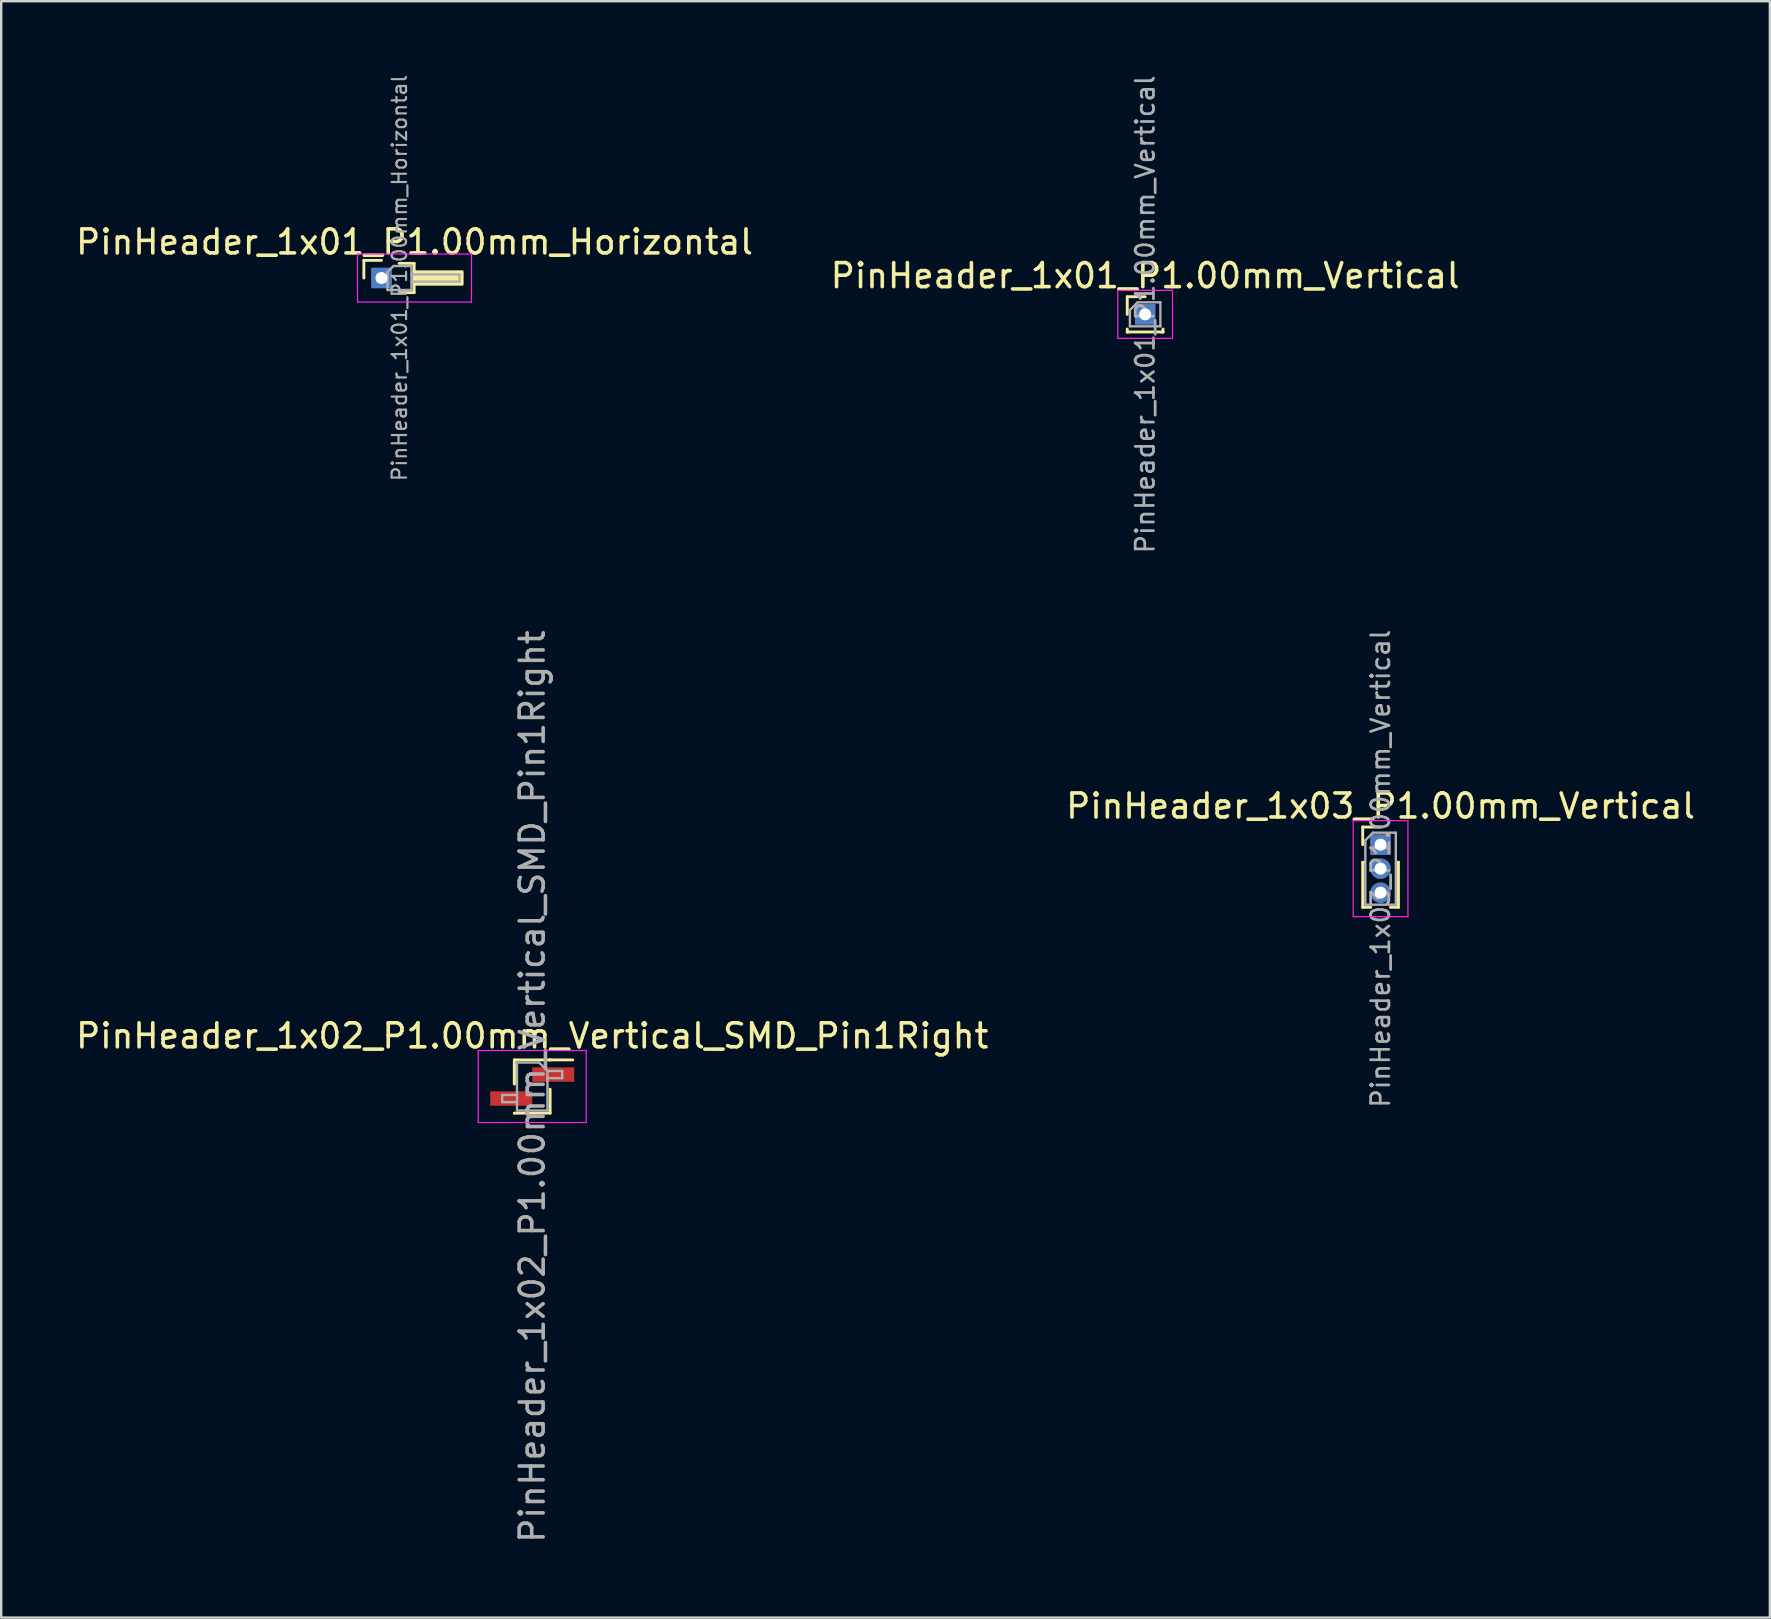
<source format=kicad_pcb>
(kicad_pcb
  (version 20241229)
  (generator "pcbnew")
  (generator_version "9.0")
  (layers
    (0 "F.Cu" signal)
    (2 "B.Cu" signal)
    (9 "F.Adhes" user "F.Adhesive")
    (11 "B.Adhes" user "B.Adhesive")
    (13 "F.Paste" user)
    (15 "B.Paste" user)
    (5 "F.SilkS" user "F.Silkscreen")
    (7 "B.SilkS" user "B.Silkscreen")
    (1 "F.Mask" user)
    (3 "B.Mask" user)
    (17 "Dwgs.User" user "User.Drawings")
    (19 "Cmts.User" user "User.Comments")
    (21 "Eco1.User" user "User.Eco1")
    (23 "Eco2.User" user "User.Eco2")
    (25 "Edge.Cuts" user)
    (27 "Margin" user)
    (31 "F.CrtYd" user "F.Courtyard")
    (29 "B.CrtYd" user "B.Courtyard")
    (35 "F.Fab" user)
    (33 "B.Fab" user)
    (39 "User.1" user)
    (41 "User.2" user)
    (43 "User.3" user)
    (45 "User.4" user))
  (footprint "PinHeader_1x01_P1.00mm_Vertical"
    (layer "F.Cu")
    (at 44.661 10.047)
    (property "Reference" "PinHeader_1x01_P1.00mm_Vertical" (at 0 -1.61 0) (layer "F.SilkS") (effects (font (size 1 1) (thickness 0.15))))
    (attr through_hole)
    (fp_line (start -0.745 -0.735) (end 0 -0.735) (stroke (width 0.12) (type solid)) (layer "F.SilkS"))
    (fp_line (start -0.745 0) (end -0.745 -0.735) (stroke (width 0.12) (type solid)) (layer "F.SilkS"))
    (fp_line (start -0.745 0.735) (end -0.745 0.61) (stroke (width 0.12) (type solid)) (layer "F.SilkS"))
    (fp_line (start -0.745 0.735) (end -0.686 0.735) (stroke (width 0.12) (type solid)) (layer "F.SilkS"))
    (fp_line (start -0.745 0.735) (end 0.745 0.735) (stroke (width 0.12) (type solid)) (layer "F.SilkS"))
    (fp_line (start 0.686 0.735) (end 0.745 0.735) (stroke (width 0.12) (type solid)) (layer "F.SilkS"))
    (fp_line (start 0.745 0.735) (end 0.745 0.61) (stroke (width 0.12) (type solid)) (layer "F.SilkS"))
    (fp_line (start -1.14 -1) (end -1.14 1) (stroke (width 0.05) (type solid)) (layer "F.CrtYd"))
    (fp_line (start -1.14 1) (end 1.14 1) (stroke (width 0.05) (type solid)) (layer "F.CrtYd"))
    (fp_line (start 1.14 -1) (end -1.14 -1) (stroke (width 0.05) (type solid)) (layer "F.CrtYd"))
    (fp_line (start 1.14 1) (end 1.14 -1) (stroke (width 0.05) (type solid)) (layer "F.CrtYd"))
    (fp_line (start -0.635 -0.182) (end -0.318 -0.5) (stroke (width 0.1) (type solid)) (layer "F.Fab"))
    (fp_line (start -0.635 0.5) (end -0.635 -0.182) (stroke (width 0.1) (type solid)) (layer "F.Fab"))
    (fp_line (start -0.318 -0.5) (end 0.635 -0.5) (stroke (width 0.1) (type solid)) (layer "F.Fab"))
    (fp_line (start 0.635 -0.5) (end 0.635 0.5) (stroke (width 0.1) (type solid)) (layer "F.Fab"))
    (fp_line (start 0.635 0.5) (end -0.635 0.5) (stroke (width 0.1) (type solid)) (layer "F.Fab"))
    (fp_text user "${REFERENCE}" (at 0 0 90) (layer "F.Fab") (effects (font (size 0.76 0.76) (thickness 0.114))))
    (pad "1" thru_hole rect (at 0 0) (size 0.85 0.85) (drill 0.5) (layers "*.Cu" "*.Mask")))
  (footprint "PinHeader_1x03_P1.00mm_Vertical"
    (layer "F.Cu")
    (at 54.47 32.142)
    (property "Reference" "PinHeader_1x03_P1.00mm_Vertical" (at 0 -1.61 0) (layer "F.SilkS") (effects (font (size 1 1) (thickness 0.15))))
    (attr through_hole)
    (fp_line (start -0.745 -0.735) (end 0 -0.735) (stroke (width 0.12) (type solid)) (layer "F.SilkS"))
    (fp_line (start -0.745 0) (end -0.745 -0.735) (stroke (width 0.12) (type solid)) (layer "F.SilkS"))
    (fp_line (start -0.745 0.735) (end -0.745 2.61) (stroke (width 0.12) (type solid)) (layer "F.SilkS"))
    (fp_line (start -0.745 0.735) (end -0.686 0.735) (stroke (width 0.12) (type solid)) (layer "F.SilkS"))
    (fp_line (start -0.745 2.61) (end -0.41 2.61) (stroke (width 0.12) (type solid)) (layer "F.SilkS"))
    (fp_line (start 0.41 2.61) (end 0.745 2.61) (stroke (width 0.12) (type solid)) (layer "F.SilkS"))
    (fp_line (start 0.686 0.735) (end 0.745 0.735) (stroke (width 0.12) (type solid)) (layer "F.SilkS"))
    (fp_line (start 0.745 0.735) (end 0.745 2.61) (stroke (width 0.12) (type solid)) (layer "F.SilkS"))
    (fp_line (start -1.14 -1) (end -1.14 3) (stroke (width 0.05) (type solid)) (layer "F.CrtYd"))
    (fp_line (start -1.14 3) (end 1.14 3) (stroke (width 0.05) (type solid)) (layer "F.CrtYd"))
    (fp_line (start 1.14 -1) (end -1.14 -1) (stroke (width 0.05) (type solid)) (layer "F.CrtYd"))
    (fp_line (start 1.14 3) (end 1.14 -1) (stroke (width 0.05) (type solid)) (layer "F.CrtYd"))
    (fp_line (start -0.635 -0.182) (end -0.318 -0.5) (stroke (width 0.1) (type solid)) (layer "F.Fab"))
    (fp_line (start -0.635 2.5) (end -0.635 -0.182) (stroke (width 0.1) (type solid)) (layer "F.Fab"))
    (fp_line (start -0.318 -0.5) (end 0.635 -0.5) (stroke (width 0.1) (type solid)) (layer "F.Fab"))
    (fp_line (start 0.635 -0.5) (end 0.635 2.5) (stroke (width 0.1) (type solid)) (layer "F.Fab"))
    (fp_line (start 0.635 2.5) (end -0.635 2.5) (stroke (width 0.1) (type solid)) (layer "F.Fab"))
    (fp_text user "${REFERENCE}" (at 0 1 90) (layer "F.Fab") (effects (font (size 0.76 0.76) (thickness 0.114))))
    (pad "1" thru_hole rect (at 0 0) (size 0.85 0.85) (drill 0.5) (layers "*.Cu" "*.Mask"))
    (pad "2" thru_hole circle (at 0 1) (size 0.85 0.85) (drill 0.5) (layers "*.Cu" "*.Mask"))
    (pad "3" thru_hole circle (at 0 2) (size 0.85 0.85) (drill 0.5) (layers "*.Cu" "*.Mask")))
  (footprint "PinHeader_1x01_P1.00mm_Horizontal"
    (layer "F.Cu")
    (at 12.845 8.532)
    (property "Reference" "PinHeader_1x01_P1.00mm_Horizontal" (at 1.375 -1.5 0) (layer "F.SilkS") (effects (font (size 1 1) (thickness 0.15))))
    (attr through_hole)
    (fp_line (start -0.735 -0.735) (end 0 -0.735) (stroke (width 0.12) (type solid)) (layer "F.SilkS"))
    (fp_line (start -0.735 0) (end -0.735 -0.735) (stroke (width 0.12) (type solid)) (layer "F.SilkS"))
    (fp_line (start 0.735 -0.61) (end 1.36 -0.61) (stroke (width 0.12) (type solid)) (layer "F.SilkS"))
    (fp_line (start 1.36 -0.61) (end 1.36 0.61) (stroke (width 0.12) (type solid)) (layer "F.SilkS"))
    (fp_line (start 1.36 0.61) (end 0.735 0.61) (stroke (width 0.12) (type solid)) (layer "F.SilkS"))
    (fp_rect (start 1.36 -0.26) (end 3.36 0.26) (stroke (width 0.12) (type solid)) (fill yes) (layer "F.SilkS"))
    (fp_line (start -1 -1) (end -1 1) (stroke (width 0.05) (type solid)) (layer "F.CrtYd"))
    (fp_line (start -1 1) (end 3.75 1) (stroke (width 0.05) (type solid)) (layer "F.CrtYd"))
    (fp_line (start 3.75 -1) (end -1 -1) (stroke (width 0.05) (type solid)) (layer "F.CrtYd"))
    (fp_line (start 3.75 1) (end 3.75 -1) (stroke (width 0.05) (type solid)) (layer "F.CrtYd"))
    (fp_line (start -0.15 -0.15) (end -0.15 0.15) (stroke (width 0.1) (type solid)) (layer "F.Fab"))
    (fp_line (start -0.15 -0.15) (end 0.25 -0.15) (stroke (width 0.1) (type solid)) (layer "F.Fab"))
    (fp_line (start -0.15 0.15) (end 0.25 0.15) (stroke (width 0.1) (type solid)) (layer "F.Fab"))
    (fp_line (start 0.25 -0.25) (end 0.5 -0.5) (stroke (width 0.1) (type solid)) (layer "F.Fab"))
    (fp_line (start 0.25 0.5) (end 0.25 -0.25) (stroke (width 0.1) (type solid)) (layer "F.Fab"))
    (fp_line (start 0.5 -0.5) (end 1.25 -0.5) (stroke (width 0.1) (type solid)) (layer "F.Fab"))
    (fp_line (start 1.25 -0.5) (end 1.25 0.5) (stroke (width 0.1) (type solid)) (layer "F.Fab"))
    (fp_line (start 1.25 -0.15) (end 3.25 -0.15) (stroke (width 0.1) (type solid)) (layer "F.Fab"))
    (fp_line (start 1.25 0.15) (end 3.25 0.15) (stroke (width 0.1) (type solid)) (layer "F.Fab"))
    (fp_line (start 1.25 0.5) (end 0.25 0.5) (stroke (width 0.1) (type solid)) (layer "F.Fab"))
    (fp_line (start 3.25 -0.15) (end 3.25 0.15) (stroke (width 0.1) (type solid)) (layer "F.Fab"))
    (fp_text user "${REFERENCE}" (at 0.75 0 90) (layer "F.Fab") (effects (font (size 0.6 0.6) (thickness 0.09))))
    (pad "1" thru_hole rect (at 0 0) (size 0.85 0.85) (drill 0.5) (layers "*.Cu" "*.Mask")))
  (footprint "PinHeader_1x02_P1.00mm_Vertical_SMD_Pin1Right"
    (layer "F.Cu")
    (at 19.125 42.22)
    (property "Reference" "PinHeader_1x02_P1.00mm_Vertical_SMD_Pin1Right" (at 0 -2.11 0) (layer "F.SilkS") (effects (font (size 1 1) (thickness 0.15))))
    (attr smd)
    (fp_line (start -0.745 -1.11) (end -0.745 -0.11) (stroke (width 0.12) (type solid)) (layer "F.SilkS"))
    (fp_line (start -0.745 -1.11) (end 0.745 -1.11) (stroke (width 0.12) (type solid)) (layer "F.SilkS"))
    (fp_line (start -0.745 -0.89) (end -0.745 -0.11) (stroke (width 0.12) (type solid)) (layer "F.SilkS"))
    (fp_line (start -0.745 1.11) (end -0.745 1.11) (stroke (width 0.12) (type solid)) (layer "F.SilkS"))
    (fp_line (start -0.745 1.11) (end 0.745 1.11) (stroke (width 0.12) (type solid)) (layer "F.SilkS"))
    (fp_line (start 0.745 -1.11) (end 0.745 -1.11) (stroke (width 0.12) (type solid)) (layer "F.SilkS"))
    (fp_line (start 0.745 -1.11) (end 1.69 -1.11) (stroke (width 0.12) (type solid)) (layer "F.SilkS"))
    (fp_line (start 0.745 0.11) (end 0.745 1.11) (stroke (width 0.12) (type solid)) (layer "F.SilkS"))
    (fp_line (start -2.25 -1.5) (end -2.25 1.5) (stroke (width 0.05) (type solid)) (layer "F.CrtYd"))
    (fp_line (start -2.25 1.5) (end 2.25 1.5) (stroke (width 0.05) (type solid)) (layer "F.CrtYd"))
    (fp_line (start 2.25 -1.5) (end -2.25 -1.5) (stroke (width 0.05) (type solid)) (layer "F.CrtYd"))
    (fp_line (start 2.25 1.5) (end 2.25 -1.5) (stroke (width 0.05) (type solid)) (layer "F.CrtYd"))
    (fp_line (start -1.25 0.35) (end -1.25 0.65) (stroke (width 0.1) (type solid)) (layer "F.Fab"))
    (fp_line (start -1.25 0.65) (end -0.635 0.65) (stroke (width 0.1) (type solid)) (layer "F.Fab"))
    (fp_line (start -0.635 -1) (end -0.635 1) (stroke (width 0.1) (type solid)) (layer "F.Fab"))
    (fp_line (start -0.635 -1) (end 0.285 -1) (stroke (width 0.1) (type solid)) (layer "F.Fab"))
    (fp_line (start -0.635 0.35) (end -1.25 0.35) (stroke (width 0.1) (type solid)) (layer "F.Fab"))
    (fp_line (start 0.635 -0.65) (end 0.285 -1) (stroke (width 0.1) (type solid)) (layer "F.Fab"))
    (fp_line (start 0.635 -0.65) (end 1.25 -0.65) (stroke (width 0.1) (type solid)) (layer "F.Fab"))
    (fp_line (start 0.635 1) (end -0.635 1) (stroke (width 0.1) (type solid)) (layer "F.Fab"))
    (fp_line (start 0.635 1) (end 0.635 -0.65) (stroke (width 0.1) (type solid)) (layer "F.Fab"))
    (fp_line (start 1.25 -0.65) (end 1.25 -0.35) (stroke (width 0.1) (type solid)) (layer "F.Fab"))
    (fp_line (start 1.25 -0.35) (end 0.635 -0.35) (stroke (width 0.1) (type solid)) (layer "F.Fab"))
    (fp_text user "${REFERENCE}" (at 0 0 90) (layer "F.Fab") (effects (font (size 1 1) (thickness 0.15))))
    (pad "1" smd rect (at 0.875 -0.5) (size 1.75 0.6) (layers "F.Cu" "F.Mask" "F.Paste"))
    (pad "2" smd rect (at -0.875 0.5) (size 1.75 0.6) (layers "F.Cu" "F.Mask" "F.Paste")))
  (gr_rect
    (start -3 -3)
    (end 70.69 64.345)
    (stroke (width 0.1) (type default))
    (fill no)
    (layer "Edge.Cuts")))
</source>
